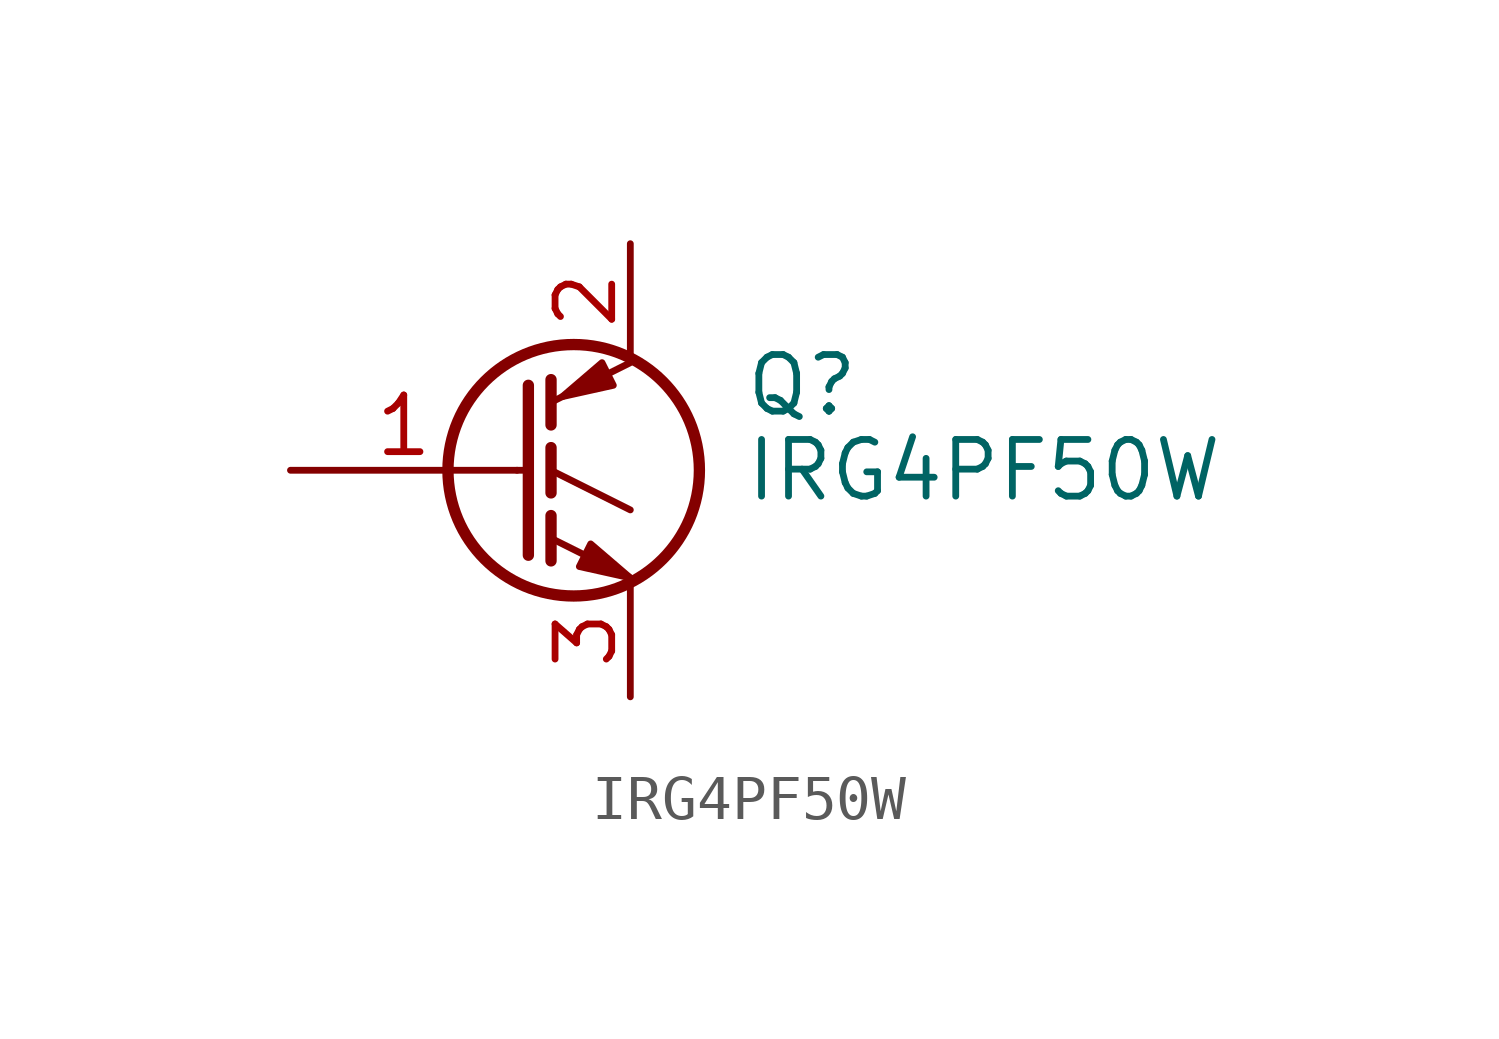
<source format=kicad_sym>
(kicad_symbol_lib
  (version 20201005)
  (generator kicad_symbol_editor)
  (symbol "IRG4PF50W"
    (pin_names
      (offset 0) hide)
    (property "Reference" "Q"
      (at 5.08 1.905 0)
      (effects (font (size 1.27 1.27)) (justify left)))
    (property "Value" "IRG4PF50W"
      (at 5.08 0 0)
      (effects (font (size 1.27 1.27)) (justify left)))
    (symbol "IRG4PF50W_0_1"
      (circle (center 1.27 0) (radius 2.819) (stroke (width 0.254)) (fill (type none)))
      (polyline (pts (xy 0 0) (xy 0.254 0)) (stroke (width 0)) (fill (type none)))
      (polyline (pts (xy 0.762 -1.016) (xy 0.762 -2.032)) (stroke (width 0.254)) (fill (type none)))
      (polyline (pts (xy 0.762 0.508) (xy 0.762 -0.508)) (stroke (width 0.254)) (fill (type none)))
      (polyline (pts (xy 0.762 2.032) (xy 0.762 1.016)) (stroke (width 0.254)) (fill (type none)))
      (polyline (pts (xy 2.54 -2.413) (xy 0.762 -1.524)) (stroke (width 0)) (fill (type none)))
      (polyline (pts (xy 2.54 -0.889) (xy 0.762 0)) (stroke (width 0)) (fill (type none)))
      (polyline (pts (xy 2.54 2.413) (xy 0.762 1.524)) (stroke (width 0)) (fill (type none)))
      (polyline (pts (xy 0.254 1.905) (xy 0.254 -1.905) (xy 0.254 -1.905)) (stroke (width 0.254)) (fill (type none)))
      (polyline (pts (xy 1.397 -2.159) (xy 1.651 -1.651) (xy 2.54 -2.413) (xy 1.397 -2.159)) (stroke (width 0)) (fill (type outline)))
      (polyline (pts (xy 2.159 1.905) (xy 1.905 2.413) (xy 1.016 1.651) (xy 2.159 1.905)) (stroke (width 0)) (fill (type outline))))
    (symbol "IRG4PF50W_1_1"
      (pin input line (at -5.08 0 0) (length 5.08) (name "G" (effects (font (size 1.27 1.27)))) (number "1" (effects (font (size 1.27 1.27)))))
      (pin passive line (at 2.54 5.08 270) (length 2.54) (name "C" (effects (font (size 1.27 1.27)))) (number "2" (effects (font (size 1.27 1.27)))))
      (pin passive line (at 2.54 -5.08 90) (length 2.54) (name "E" (effects (font (size 1.27 1.27)))) (number "3" (effects (font (size 1.27 1.27))))))))
</source>
